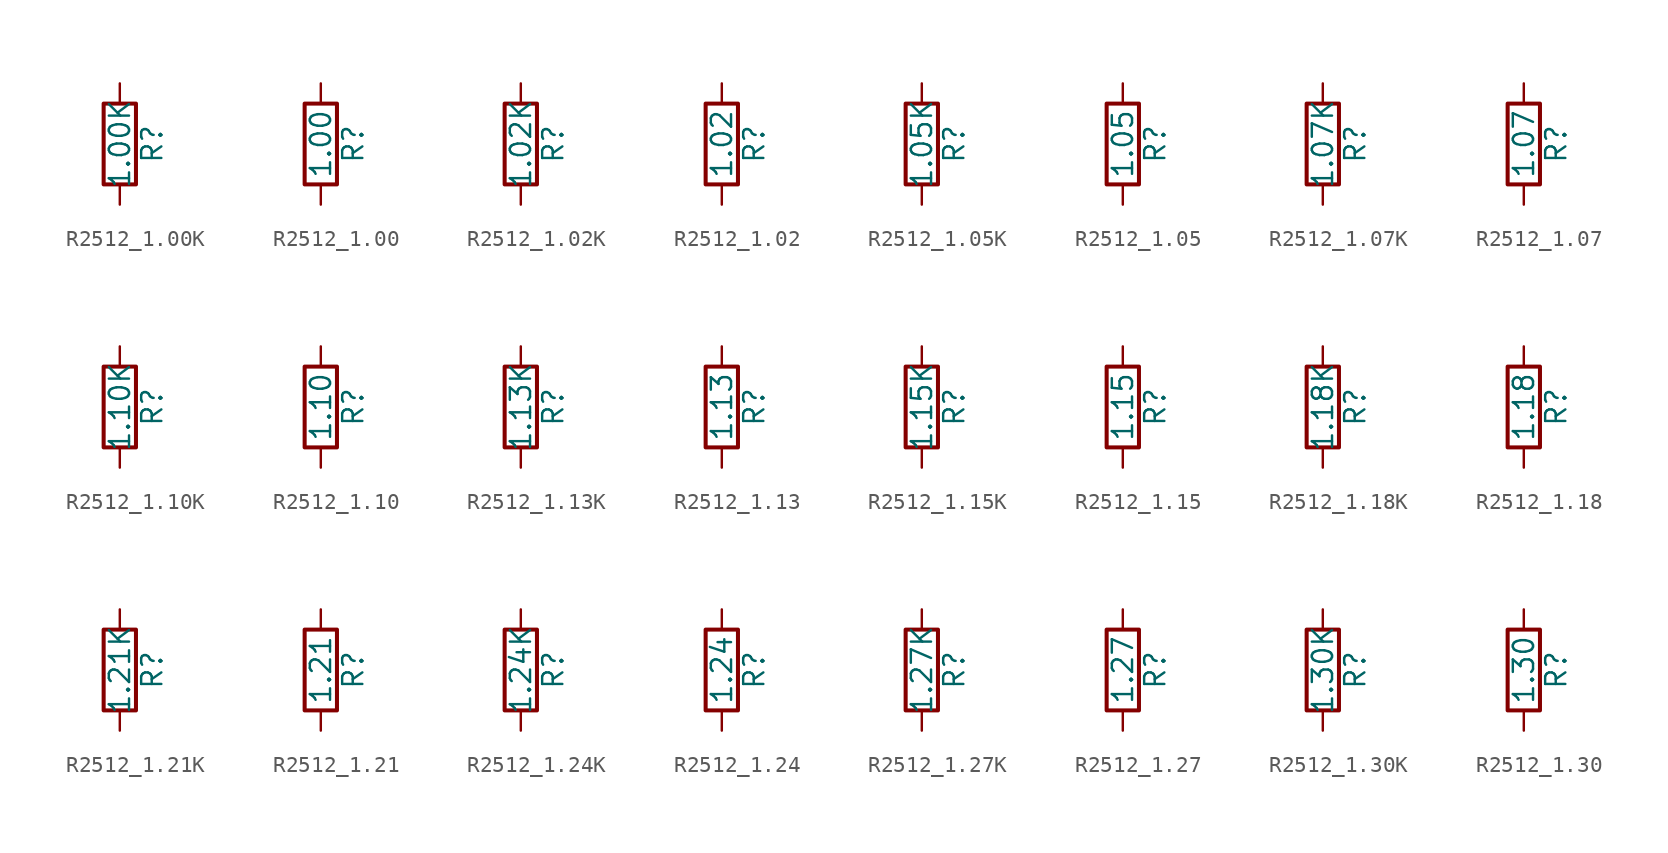
<source format=kicad_sym>
(kicad_symbol_lib
  (version 20211014)
  (generator atlantix-eda)
  (symbol "R2512_1.00K"
    (pin_numbers hide)
    (pin_names
      (offset 0))
    (property "Reference" "R"
      (at 2.032 0 90)
      (effects (font (size 1.27 1.27))))
    (property "Value" "1.00K"
      (at 0 0 90)
      (effects (font (size 1.27 1.27))))
    (symbol "R2512_1.00K_0_1"
      (rectangle (start -1.016 -2.54) (end 1.016 2.54) (stroke (width 0.254) (type default) (color 0 0 0 0)) (fill (type none))))
    (symbol "R2512_1.00K_1_1"
      (pin passive line (at 0 3.81 270) (length 1.27) (name "~" (effects (font (size 1.27 1.27)))) (number "1" (effects (font (size 1.27 1.27)))))
      (pin passive line (at 0 -3.81 90) (length 1.27) (name "~" (effects (font (size 1.27 1.27)))) (number "2" (effects (font (size 1.27 1.27)))))))
  (symbol "R2512_1.00"
    (pin_numbers hide)
    (pin_names
      (offset 0))
    (property "Reference" "R"
      (at 2.032 0 90)
      (effects (font (size 1.27 1.27))))
    (property "Value" "1.00"
      (at 0 0 90)
      (effects (font (size 1.27 1.27))))
    (symbol "R2512_1.00_0_1"
      (rectangle (start -1.016 -2.54) (end 1.016 2.54) (stroke (width 0.254) (type default) (color 0 0 0 0)) (fill (type none))))
    (symbol "R2512_1.00_1_1"
      (pin passive line (at 0 3.81 270) (length 1.27) (name "~" (effects (font (size 1.27 1.27)))) (number "1" (effects (font (size 1.27 1.27)))))
      (pin passive line (at 0 -3.81 90) (length 1.27) (name "~" (effects (font (size 1.27 1.27)))) (number "2" (effects (font (size 1.27 1.27)))))))
  (symbol "R2512_1.02K"
    (pin_numbers hide)
    (pin_names
      (offset 0))
    (property "Reference" "R"
      (at 2.032 0 90)
      (effects (font (size 1.27 1.27))))
    (property "Value" "1.02K"
      (at 0 0 90)
      (effects (font (size 1.27 1.27))))
    (symbol "R2512_1.02K_0_1"
      (rectangle (start -1.016 -2.54) (end 1.016 2.54) (stroke (width 0.254) (type default) (color 0 0 0 0)) (fill (type none))))
    (symbol "R2512_1.02K_1_1"
      (pin passive line (at 0 3.81 270) (length 1.27) (name "~" (effects (font (size 1.27 1.27)))) (number "1" (effects (font (size 1.27 1.27)))))
      (pin passive line (at 0 -3.81 90) (length 1.27) (name "~" (effects (font (size 1.27 1.27)))) (number "2" (effects (font (size 1.27 1.27)))))))
  (symbol "R2512_1.02"
    (pin_numbers hide)
    (pin_names
      (offset 0))
    (property "Reference" "R"
      (at 2.032 0 90)
      (effects (font (size 1.27 1.27))))
    (property "Value" "1.02"
      (at 0 0 90)
      (effects (font (size 1.27 1.27))))
    (symbol "R2512_1.02_0_1"
      (rectangle (start -1.016 -2.54) (end 1.016 2.54) (stroke (width 0.254) (type default) (color 0 0 0 0)) (fill (type none))))
    (symbol "R2512_1.02_1_1"
      (pin passive line (at 0 3.81 270) (length 1.27) (name "~" (effects (font (size 1.27 1.27)))) (number "1" (effects (font (size 1.27 1.27)))))
      (pin passive line (at 0 -3.81 90) (length 1.27) (name "~" (effects (font (size 1.27 1.27)))) (number "2" (effects (font (size 1.27 1.27)))))))
  (symbol "R2512_1.05K"
    (pin_numbers hide)
    (pin_names
      (offset 0))
    (property "Reference" "R"
      (at 2.032 0 90)
      (effects (font (size 1.27 1.27))))
    (property "Value" "1.05K"
      (at 0 0 90)
      (effects (font (size 1.27 1.27))))
    (symbol "R2512_1.05K_0_1"
      (rectangle (start -1.016 -2.54) (end 1.016 2.54) (stroke (width 0.254) (type default) (color 0 0 0 0)) (fill (type none))))
    (symbol "R2512_1.05K_1_1"
      (pin passive line (at 0 3.81 270) (length 1.27) (name "~" (effects (font (size 1.27 1.27)))) (number "1" (effects (font (size 1.27 1.27)))))
      (pin passive line (at 0 -3.81 90) (length 1.27) (name "~" (effects (font (size 1.27 1.27)))) (number "2" (effects (font (size 1.27 1.27)))))))
  (symbol "R2512_1.05"
    (pin_numbers hide)
    (pin_names
      (offset 0))
    (property "Reference" "R"
      (at 2.032 0 90)
      (effects (font (size 1.27 1.27))))
    (property "Value" "1.05"
      (at 0 0 90)
      (effects (font (size 1.27 1.27))))
    (symbol "R2512_1.05_0_1"
      (rectangle (start -1.016 -2.54) (end 1.016 2.54) (stroke (width 0.254) (type default) (color 0 0 0 0)) (fill (type none))))
    (symbol "R2512_1.05_1_1"
      (pin passive line (at 0 3.81 270) (length 1.27) (name "~" (effects (font (size 1.27 1.27)))) (number "1" (effects (font (size 1.27 1.27)))))
      (pin passive line (at 0 -3.81 90) (length 1.27) (name "~" (effects (font (size 1.27 1.27)))) (number "2" (effects (font (size 1.27 1.27)))))))
  (symbol "R2512_1.07K"
    (pin_numbers hide)
    (pin_names
      (offset 0))
    (property "Reference" "R"
      (at 2.032 0 90)
      (effects (font (size 1.27 1.27))))
    (property "Value" "1.07K"
      (at 0 0 90)
      (effects (font (size 1.27 1.27))))
    (symbol "R2512_1.07K_0_1"
      (rectangle (start -1.016 -2.54) (end 1.016 2.54) (stroke (width 0.254) (type default) (color 0 0 0 0)) (fill (type none))))
    (symbol "R2512_1.07K_1_1"
      (pin passive line (at 0 3.81 270) (length 1.27) (name "~" (effects (font (size 1.27 1.27)))) (number "1" (effects (font (size 1.27 1.27)))))
      (pin passive line (at 0 -3.81 90) (length 1.27) (name "~" (effects (font (size 1.27 1.27)))) (number "2" (effects (font (size 1.27 1.27)))))))
  (symbol "R2512_1.07"
    (pin_numbers hide)
    (pin_names
      (offset 0))
    (property "Reference" "R"
      (at 2.032 0 90)
      (effects (font (size 1.27 1.27))))
    (property "Value" "1.07"
      (at 0 0 90)
      (effects (font (size 1.27 1.27))))
    (symbol "R2512_1.07_0_1"
      (rectangle (start -1.016 -2.54) (end 1.016 2.54) (stroke (width 0.254) (type default) (color 0 0 0 0)) (fill (type none))))
    (symbol "R2512_1.07_1_1"
      (pin passive line (at 0 3.81 270) (length 1.27) (name "~" (effects (font (size 1.27 1.27)))) (number "1" (effects (font (size 1.27 1.27)))))
      (pin passive line (at 0 -3.81 90) (length 1.27) (name "~" (effects (font (size 1.27 1.27)))) (number "2" (effects (font (size 1.27 1.27)))))))
  (symbol "R2512_1.10K"
    (pin_numbers hide)
    (pin_names
      (offset 0))
    (property "Reference" "R"
      (at 2.032 0 90)
      (effects (font (size 1.27 1.27))))
    (property "Value" "1.10K"
      (at 0 0 90)
      (effects (font (size 1.27 1.27))))
    (symbol "R2512_1.10K_0_1"
      (rectangle (start -1.016 -2.54) (end 1.016 2.54) (stroke (width 0.254) (type default) (color 0 0 0 0)) (fill (type none))))
    (symbol "R2512_1.10K_1_1"
      (pin passive line (at 0 3.81 270) (length 1.27) (name "~" (effects (font (size 1.27 1.27)))) (number "1" (effects (font (size 1.27 1.27)))))
      (pin passive line (at 0 -3.81 90) (length 1.27) (name "~" (effects (font (size 1.27 1.27)))) (number "2" (effects (font (size 1.27 1.27)))))))
  (symbol "R2512_1.10"
    (pin_numbers hide)
    (pin_names
      (offset 0))
    (property "Reference" "R"
      (at 2.032 0 90)
      (effects (font (size 1.27 1.27))))
    (property "Value" "1.10"
      (at 0 0 90)
      (effects (font (size 1.27 1.27))))
    (symbol "R2512_1.10_0_1"
      (rectangle (start -1.016 -2.54) (end 1.016 2.54) (stroke (width 0.254) (type default) (color 0 0 0 0)) (fill (type none))))
    (symbol "R2512_1.10_1_1"
      (pin passive line (at 0 3.81 270) (length 1.27) (name "~" (effects (font (size 1.27 1.27)))) (number "1" (effects (font (size 1.27 1.27)))))
      (pin passive line (at 0 -3.81 90) (length 1.27) (name "~" (effects (font (size 1.27 1.27)))) (number "2" (effects (font (size 1.27 1.27)))))))
  (symbol "R2512_1.13K"
    (pin_numbers hide)
    (pin_names
      (offset 0))
    (property "Reference" "R"
      (at 2.032 0 90)
      (effects (font (size 1.27 1.27))))
    (property "Value" "1.13K"
      (at 0 0 90)
      (effects (font (size 1.27 1.27))))
    (symbol "R2512_1.13K_0_1"
      (rectangle (start -1.016 -2.54) (end 1.016 2.54) (stroke (width 0.254) (type default) (color 0 0 0 0)) (fill (type none))))
    (symbol "R2512_1.13K_1_1"
      (pin passive line (at 0 3.81 270) (length 1.27) (name "~" (effects (font (size 1.27 1.27)))) (number "1" (effects (font (size 1.27 1.27)))))
      (pin passive line (at 0 -3.81 90) (length 1.27) (name "~" (effects (font (size 1.27 1.27)))) (number "2" (effects (font (size 1.27 1.27)))))))
  (symbol "R2512_1.13"
    (pin_numbers hide)
    (pin_names
      (offset 0))
    (property "Reference" "R"
      (at 2.032 0 90)
      (effects (font (size 1.27 1.27))))
    (property "Value" "1.13"
      (at 0 0 90)
      (effects (font (size 1.27 1.27))))
    (symbol "R2512_1.13_0_1"
      (rectangle (start -1.016 -2.54) (end 1.016 2.54) (stroke (width 0.254) (type default) (color 0 0 0 0)) (fill (type none))))
    (symbol "R2512_1.13_1_1"
      (pin passive line (at 0 3.81 270) (length 1.27) (name "~" (effects (font (size 1.27 1.27)))) (number "1" (effects (font (size 1.27 1.27)))))
      (pin passive line (at 0 -3.81 90) (length 1.27) (name "~" (effects (font (size 1.27 1.27)))) (number "2" (effects (font (size 1.27 1.27)))))))
  (symbol "R2512_1.15K"
    (pin_numbers hide)
    (pin_names
      (offset 0))
    (property "Reference" "R"
      (at 2.032 0 90)
      (effects (font (size 1.27 1.27))))
    (property "Value" "1.15K"
      (at 0 0 90)
      (effects (font (size 1.27 1.27))))
    (symbol "R2512_1.15K_0_1"
      (rectangle (start -1.016 -2.54) (end 1.016 2.54) (stroke (width 0.254) (type default) (color 0 0 0 0)) (fill (type none))))
    (symbol "R2512_1.15K_1_1"
      (pin passive line (at 0 3.81 270) (length 1.27) (name "~" (effects (font (size 1.27 1.27)))) (number "1" (effects (font (size 1.27 1.27)))))
      (pin passive line (at 0 -3.81 90) (length 1.27) (name "~" (effects (font (size 1.27 1.27)))) (number "2" (effects (font (size 1.27 1.27)))))))
  (symbol "R2512_1.15"
    (pin_numbers hide)
    (pin_names
      (offset 0))
    (property "Reference" "R"
      (at 2.032 0 90)
      (effects (font (size 1.27 1.27))))
    (property "Value" "1.15"
      (at 0 0 90)
      (effects (font (size 1.27 1.27))))
    (symbol "R2512_1.15_0_1"
      (rectangle (start -1.016 -2.54) (end 1.016 2.54) (stroke (width 0.254) (type default) (color 0 0 0 0)) (fill (type none))))
    (symbol "R2512_1.15_1_1"
      (pin passive line (at 0 3.81 270) (length 1.27) (name "~" (effects (font (size 1.27 1.27)))) (number "1" (effects (font (size 1.27 1.27)))))
      (pin passive line (at 0 -3.81 90) (length 1.27) (name "~" (effects (font (size 1.27 1.27)))) (number "2" (effects (font (size 1.27 1.27)))))))
  (symbol "R2512_1.18K"
    (pin_numbers hide)
    (pin_names
      (offset 0))
    (property "Reference" "R"
      (at 2.032 0 90)
      (effects (font (size 1.27 1.27))))
    (property "Value" "1.18K"
      (at 0 0 90)
      (effects (font (size 1.27 1.27))))
    (symbol "R2512_1.18K_0_1"
      (rectangle (start -1.016 -2.54) (end 1.016 2.54) (stroke (width 0.254) (type default) (color 0 0 0 0)) (fill (type none))))
    (symbol "R2512_1.18K_1_1"
      (pin passive line (at 0 3.81 270) (length 1.27) (name "~" (effects (font (size 1.27 1.27)))) (number "1" (effects (font (size 1.27 1.27)))))
      (pin passive line (at 0 -3.81 90) (length 1.27) (name "~" (effects (font (size 1.27 1.27)))) (number "2" (effects (font (size 1.27 1.27)))))))
  (symbol "R2512_1.18"
    (pin_numbers hide)
    (pin_names
      (offset 0))
    (property "Reference" "R"
      (at 2.032 0 90)
      (effects (font (size 1.27 1.27))))
    (property "Value" "1.18"
      (at 0 0 90)
      (effects (font (size 1.27 1.27))))
    (symbol "R2512_1.18_0_1"
      (rectangle (start -1.016 -2.54) (end 1.016 2.54) (stroke (width 0.254) (type default) (color 0 0 0 0)) (fill (type none))))
    (symbol "R2512_1.18_1_1"
      (pin passive line (at 0 3.81 270) (length 1.27) (name "~" (effects (font (size 1.27 1.27)))) (number "1" (effects (font (size 1.27 1.27)))))
      (pin passive line (at 0 -3.81 90) (length 1.27) (name "~" (effects (font (size 1.27 1.27)))) (number "2" (effects (font (size 1.27 1.27)))))))
  (symbol "R2512_1.21K"
    (pin_numbers hide)
    (pin_names
      (offset 0))
    (property "Reference" "R"
      (at 2.032 0 90)
      (effects (font (size 1.27 1.27))))
    (property "Value" "1.21K"
      (at 0 0 90)
      (effects (font (size 1.27 1.27))))
    (symbol "R2512_1.21K_0_1"
      (rectangle (start -1.016 -2.54) (end 1.016 2.54) (stroke (width 0.254) (type default) (color 0 0 0 0)) (fill (type none))))
    (symbol "R2512_1.21K_1_1"
      (pin passive line (at 0 3.81 270) (length 1.27) (name "~" (effects (font (size 1.27 1.27)))) (number "1" (effects (font (size 1.27 1.27)))))
      (pin passive line (at 0 -3.81 90) (length 1.27) (name "~" (effects (font (size 1.27 1.27)))) (number "2" (effects (font (size 1.27 1.27)))))))
  (symbol "R2512_1.21"
    (pin_numbers hide)
    (pin_names
      (offset 0))
    (property "Reference" "R"
      (at 2.032 0 90)
      (effects (font (size 1.27 1.27))))
    (property "Value" "1.21"
      (at 0 0 90)
      (effects (font (size 1.27 1.27))))
    (symbol "R2512_1.21_0_1"
      (rectangle (start -1.016 -2.54) (end 1.016 2.54) (stroke (width 0.254) (type default) (color 0 0 0 0)) (fill (type none))))
    (symbol "R2512_1.21_1_1"
      (pin passive line (at 0 3.81 270) (length 1.27) (name "~" (effects (font (size 1.27 1.27)))) (number "1" (effects (font (size 1.27 1.27)))))
      (pin passive line (at 0 -3.81 90) (length 1.27) (name "~" (effects (font (size 1.27 1.27)))) (number "2" (effects (font (size 1.27 1.27)))))))
  (symbol "R2512_1.24K"
    (pin_numbers hide)
    (pin_names
      (offset 0))
    (property "Reference" "R"
      (at 2.032 0 90)
      (effects (font (size 1.27 1.27))))
    (property "Value" "1.24K"
      (at 0 0 90)
      (effects (font (size 1.27 1.27))))
    (symbol "R2512_1.24K_0_1"
      (rectangle (start -1.016 -2.54) (end 1.016 2.54) (stroke (width 0.254) (type default) (color 0 0 0 0)) (fill (type none))))
    (symbol "R2512_1.24K_1_1"
      (pin passive line (at 0 3.81 270) (length 1.27) (name "~" (effects (font (size 1.27 1.27)))) (number "1" (effects (font (size 1.27 1.27)))))
      (pin passive line (at 0 -3.81 90) (length 1.27) (name "~" (effects (font (size 1.27 1.27)))) (number "2" (effects (font (size 1.27 1.27)))))))
  (symbol "R2512_1.24"
    (pin_numbers hide)
    (pin_names
      (offset 0))
    (property "Reference" "R"
      (at 2.032 0 90)
      (effects (font (size 1.27 1.27))))
    (property "Value" "1.24"
      (at 0 0 90)
      (effects (font (size 1.27 1.27))))
    (symbol "R2512_1.24_0_1"
      (rectangle (start -1.016 -2.54) (end 1.016 2.54) (stroke (width 0.254) (type default) (color 0 0 0 0)) (fill (type none))))
    (symbol "R2512_1.24_1_1"
      (pin passive line (at 0 3.81 270) (length 1.27) (name "~" (effects (font (size 1.27 1.27)))) (number "1" (effects (font (size 1.27 1.27)))))
      (pin passive line (at 0 -3.81 90) (length 1.27) (name "~" (effects (font (size 1.27 1.27)))) (number "2" (effects (font (size 1.27 1.27)))))))
  (symbol "R2512_1.27K"
    (pin_numbers hide)
    (pin_names
      (offset 0))
    (property "Reference" "R"
      (at 2.032 0 90)
      (effects (font (size 1.27 1.27))))
    (property "Value" "1.27K"
      (at 0 0 90)
      (effects (font (size 1.27 1.27))))
    (symbol "R2512_1.27K_0_1"
      (rectangle (start -1.016 -2.54) (end 1.016 2.54) (stroke (width 0.254) (type default) (color 0 0 0 0)) (fill (type none))))
    (symbol "R2512_1.27K_1_1"
      (pin passive line (at 0 3.81 270) (length 1.27) (name "~" (effects (font (size 1.27 1.27)))) (number "1" (effects (font (size 1.27 1.27)))))
      (pin passive line (at 0 -3.81 90) (length 1.27) (name "~" (effects (font (size 1.27 1.27)))) (number "2" (effects (font (size 1.27 1.27)))))))
  (symbol "R2512_1.27"
    (pin_numbers hide)
    (pin_names
      (offset 0))
    (property "Reference" "R"
      (at 2.032 0 90)
      (effects (font (size 1.27 1.27))))
    (property "Value" "1.27"
      (at 0 0 90)
      (effects (font (size 1.27 1.27))))
    (symbol "R2512_1.27_0_1"
      (rectangle (start -1.016 -2.54) (end 1.016 2.54) (stroke (width 0.254) (type default) (color 0 0 0 0)) (fill (type none))))
    (symbol "R2512_1.27_1_1"
      (pin passive line (at 0 3.81 270) (length 1.27) (name "~" (effects (font (size 1.27 1.27)))) (number "1" (effects (font (size 1.27 1.27)))))
      (pin passive line (at 0 -3.81 90) (length 1.27) (name "~" (effects (font (size 1.27 1.27)))) (number "2" (effects (font (size 1.27 1.27)))))))
  (symbol "R2512_1.30K"
    (pin_numbers hide)
    (pin_names
      (offset 0))
    (property "Reference" "R"
      (at 2.032 0 90)
      (effects (font (size 1.27 1.27))))
    (property "Value" "1.30K"
      (at 0 0 90)
      (effects (font (size 1.27 1.27))))
    (symbol "R2512_1.30K_0_1"
      (rectangle (start -1.016 -2.54) (end 1.016 2.54) (stroke (width 0.254) (type default) (color 0 0 0 0)) (fill (type none))))
    (symbol "R2512_1.30K_1_1"
      (pin passive line (at 0 3.81 270) (length 1.27) (name "~" (effects (font (size 1.27 1.27)))) (number "1" (effects (font (size 1.27 1.27)))))
      (pin passive line (at 0 -3.81 90) (length 1.27) (name "~" (effects (font (size 1.27 1.27)))) (number "2" (effects (font (size 1.27 1.27)))))))
  (symbol "R2512_1.30"
    (pin_numbers hide)
    (pin_names
      (offset 0))
    (property "Reference" "R"
      (at 2.032 0 90)
      (effects (font (size 1.27 1.27))))
    (property "Value" "1.30"
      (at 0 0 90)
      (effects (font (size 1.27 1.27))))
    (symbol "R2512_1.30_0_1"
      (rectangle (start -1.016 -2.54) (end 1.016 2.54) (stroke (width 0.254) (type default) (color 0 0 0 0)) (fill (type none))))
    (symbol "R2512_1.30_1_1"
      (pin passive line (at 0 3.81 270) (length 1.27) (name "~" (effects (font (size 1.27 1.27)))) (number "1" (effects (font (size 1.27 1.27)))))
      (pin passive line (at 0 -3.81 90) (length 1.27) (name "~" (effects (font (size 1.27 1.27)))) (number "2" (effects (font (size 1.27 1.27))))))))
</source>
